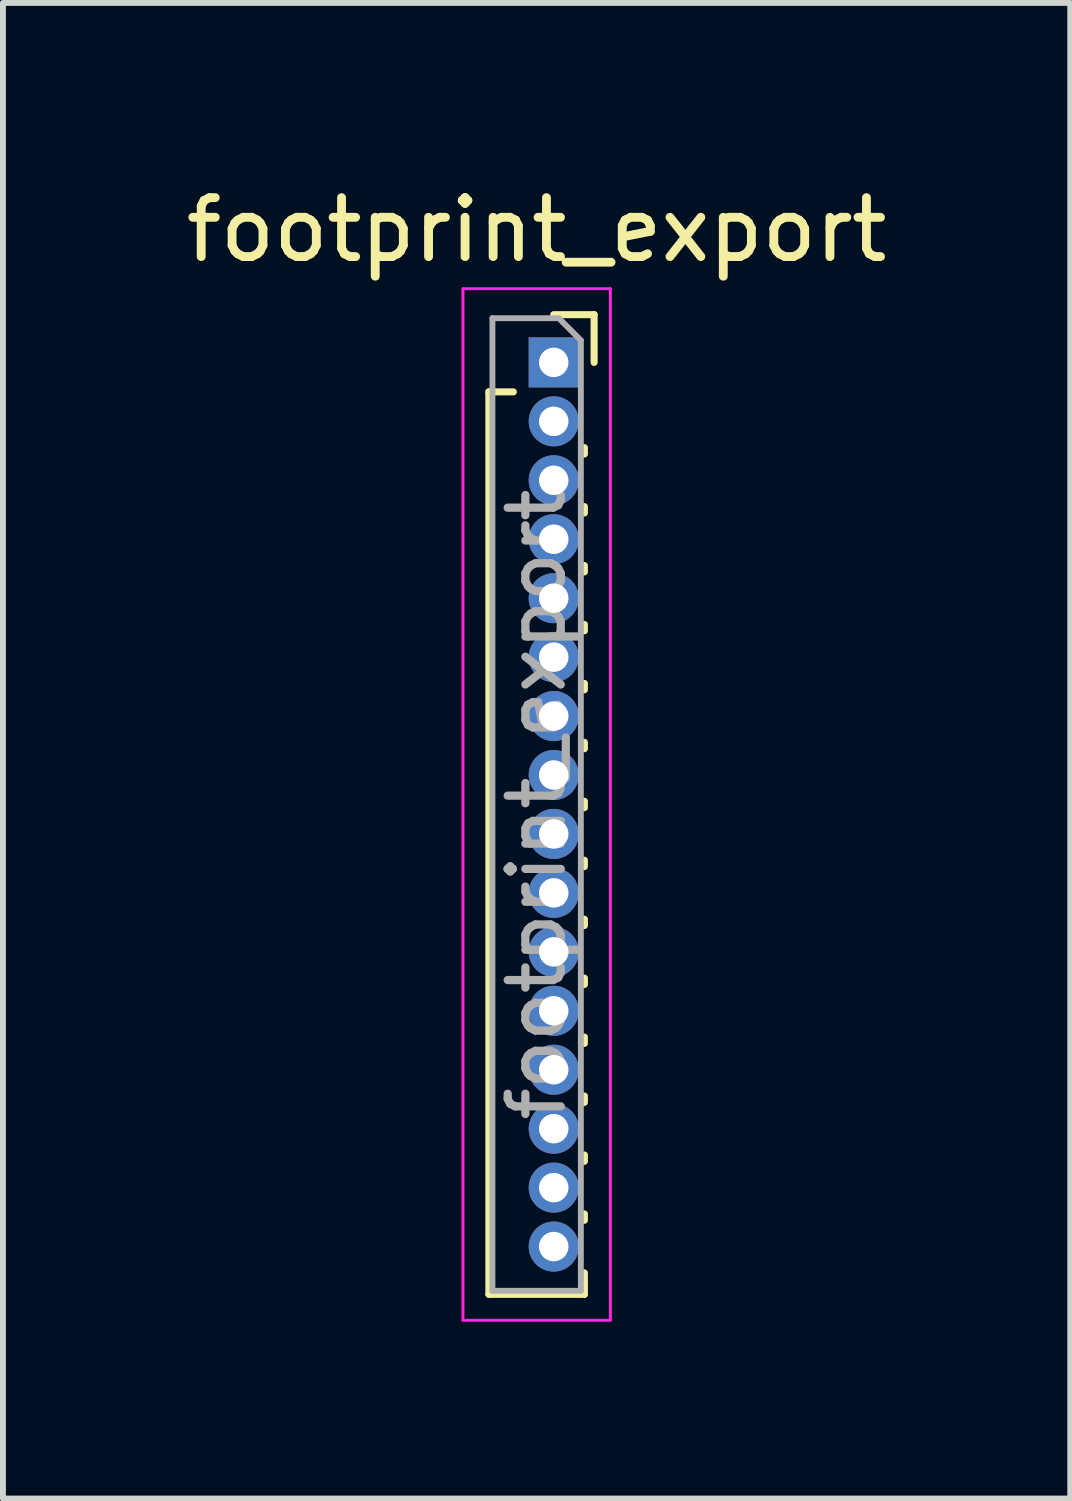
<source format=kicad_pcb>
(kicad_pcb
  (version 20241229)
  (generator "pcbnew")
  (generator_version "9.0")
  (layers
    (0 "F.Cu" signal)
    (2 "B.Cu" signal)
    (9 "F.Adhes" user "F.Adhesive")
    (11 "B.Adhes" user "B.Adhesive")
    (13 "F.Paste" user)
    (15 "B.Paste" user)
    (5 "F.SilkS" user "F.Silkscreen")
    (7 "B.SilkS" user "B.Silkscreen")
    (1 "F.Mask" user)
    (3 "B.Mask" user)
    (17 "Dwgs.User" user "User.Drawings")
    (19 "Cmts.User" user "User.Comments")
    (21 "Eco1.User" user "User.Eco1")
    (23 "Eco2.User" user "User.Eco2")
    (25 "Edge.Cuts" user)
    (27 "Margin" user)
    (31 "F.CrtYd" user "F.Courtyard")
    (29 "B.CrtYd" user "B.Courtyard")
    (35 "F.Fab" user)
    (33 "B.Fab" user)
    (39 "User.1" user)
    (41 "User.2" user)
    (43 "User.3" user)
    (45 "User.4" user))
  (footprint "footprint_export"
    (layer "F.Cu")
    (at 6.344 3.098)
    (property "Reference" "footprint_export" (at -0.29 -2.25 0) (layer "F.SilkS") (effects (font (size 1 1) (thickness 0.15))))
    (attr through_hole)
    (fp_line (start -1.1 0.5) (end -1.1 15.81) (stroke (width 0.12) (type solid)) (layer "F.SilkS"))
    (fp_line (start -1.1 0.5) (end -0.685 0.5) (stroke (width 0.12) (type solid)) (layer "F.SilkS"))
    (fp_line (start -1.1 15.81) (end 0.52 15.81) (stroke (width 0.12) (type solid)) (layer "F.SilkS"))
    (fp_line (start 0 -0.81) (end 0.685 -0.81) (stroke (width 0.12) (type solid)) (layer "F.SilkS"))
    (fp_line (start 0.52 1.446) (end 0.52 1.554) (stroke (width 0.12) (type solid)) (layer "F.SilkS"))
    (fp_line (start 0.52 2.446) (end 0.52 2.554) (stroke (width 0.12) (type solid)) (layer "F.SilkS"))
    (fp_line (start 0.52 3.446) (end 0.52 3.554) (stroke (width 0.12) (type solid)) (layer "F.SilkS"))
    (fp_line (start 0.52 4.446) (end 0.52 4.554) (stroke (width 0.12) (type solid)) (layer "F.SilkS"))
    (fp_line (start 0.52 5.446) (end 0.52 5.554) (stroke (width 0.12) (type solid)) (layer "F.SilkS"))
    (fp_line (start 0.52 6.446) (end 0.52 6.554) (stroke (width 0.12) (type solid)) (layer "F.SilkS"))
    (fp_line (start 0.52 7.446) (end 0.52 7.554) (stroke (width 0.12) (type solid)) (layer "F.SilkS"))
    (fp_line (start 0.52 8.446) (end 0.52 8.554) (stroke (width 0.12) (type solid)) (layer "F.SilkS"))
    (fp_line (start 0.52 9.446) (end 0.52 9.554) (stroke (width 0.12) (type solid)) (layer "F.SilkS"))
    (fp_line (start 0.52 10.446) (end 0.52 10.554) (stroke (width 0.12) (type solid)) (layer "F.SilkS"))
    (fp_line (start 0.52 11.446) (end 0.52 11.554) (stroke (width 0.12) (type solid)) (layer "F.SilkS"))
    (fp_line (start 0.52 12.446) (end 0.52 12.554) (stroke (width 0.12) (type solid)) (layer "F.SilkS"))
    (fp_line (start 0.52 13.446) (end 0.52 13.554) (stroke (width 0.12) (type solid)) (layer "F.SilkS"))
    (fp_line (start 0.52 14.446) (end 0.52 14.554) (stroke (width 0.12) (type solid)) (layer "F.SilkS"))
    (fp_line (start 0.52 15.446) (end 0.52 15.81) (stroke (width 0.12) (type solid)) (layer "F.SilkS"))
    (fp_line (start 0.685 -0.81) (end 0.685 0) (stroke (width 0.12) (type solid)) (layer "F.SilkS"))
    (fp_line (start -1.54 -1.25) (end 0.96 -1.25) (stroke (width 0.05) (type solid)) (layer "F.CrtYd"))
    (fp_line (start -1.54 16.25) (end -1.54 -1.25) (stroke (width 0.05) (type solid)) (layer "F.CrtYd"))
    (fp_line (start 0.96 -1.25) (end 0.96 16.25) (stroke (width 0.05) (type solid)) (layer "F.CrtYd"))
    (fp_line (start 0.96 16.25) (end -1.54 16.25) (stroke (width 0.05) (type solid)) (layer "F.CrtYd"))
    (fp_line (start -1.04 -0.75) (end 0.085 -0.75) (stroke (width 0.1) (type solid)) (layer "F.Fab"))
    (fp_line (start -1.04 15.75) (end -1.04 -0.75) (stroke (width 0.1) (type solid)) (layer "F.Fab"))
    (fp_line (start 0.085 -0.75) (end 0.46 -0.375) (stroke (width 0.1) (type solid)) (layer "F.Fab"))
    (fp_line (start 0.46 -0.375) (end 0.46 15.75) (stroke (width 0.1) (type solid)) (layer "F.Fab"))
    (fp_line (start 0.46 15.75) (end -1.04 15.75) (stroke (width 0.1) (type solid)) (layer "F.Fab"))
    (fp_text user "${REFERENCE}" (at -0.29 7.5 90) (layer "F.Fab") (effects (font (size 0.9 0.9) (thickness 0.14))))
    (pad "1" thru_hole rect (at 0 0) (size 0.85 0.85) (drill 0.5) (layers "*.Cu" "*.Mask"))
    (pad "2" thru_hole oval (at 0 1) (size 0.85 0.85) (drill 0.5) (layers "*.Cu" "*.Mask"))
    (pad "3" thru_hole oval (at 0 2) (size 0.85 0.85) (drill 0.5) (layers "*.Cu" "*.Mask"))
    (pad "4" thru_hole oval (at 0 3) (size 0.85 0.85) (drill 0.5) (layers "*.Cu" "*.Mask"))
    (pad "5" thru_hole oval (at 0 4) (size 0.85 0.85) (drill 0.5) (layers "*.Cu" "*.Mask"))
    (pad "6" thru_hole oval (at 0 5) (size 0.85 0.85) (drill 0.5) (layers "*.Cu" "*.Mask"))
    (pad "7" thru_hole oval (at 0 6) (size 0.85 0.85) (drill 0.5) (layers "*.Cu" "*.Mask"))
    (pad "8" thru_hole oval (at 0 7) (size 0.85 0.85) (drill 0.5) (layers "*.Cu" "*.Mask"))
    (pad "9" thru_hole oval (at 0 8) (size 0.85 0.85) (drill 0.5) (layers "*.Cu" "*.Mask"))
    (pad "10" thru_hole oval (at 0 9) (size 0.85 0.85) (drill 0.5) (layers "*.Cu" "*.Mask"))
    (pad "11" thru_hole oval (at 0 10) (size 0.85 0.85) (drill 0.5) (layers "*.Cu" "*.Mask"))
    (pad "12" thru_hole oval (at 0 11) (size 0.85 0.85) (drill 0.5) (layers "*.Cu" "*.Mask"))
    (pad "13" thru_hole oval (at 0 12) (size 0.85 0.85) (drill 0.5) (layers "*.Cu" "*.Mask"))
    (pad "14" thru_hole oval (at 0 13) (size 0.85 0.85) (drill 0.5) (layers "*.Cu" "*.Mask"))
    (pad "15" thru_hole oval (at 0 14) (size 0.85 0.85) (drill 0.5) (layers "*.Cu" "*.Mask"))
    (pad "16" thru_hole oval (at 0 15) (size 0.85 0.85) (drill 0.5) (layers "*.Cu" "*.Mask")))
  (gr_rect
    (start -3 -3)
    (end 15.107 22.373)
    (stroke (width 0.1) (type default))
    (fill no)
    (layer "Edge.Cuts")))
</source>
